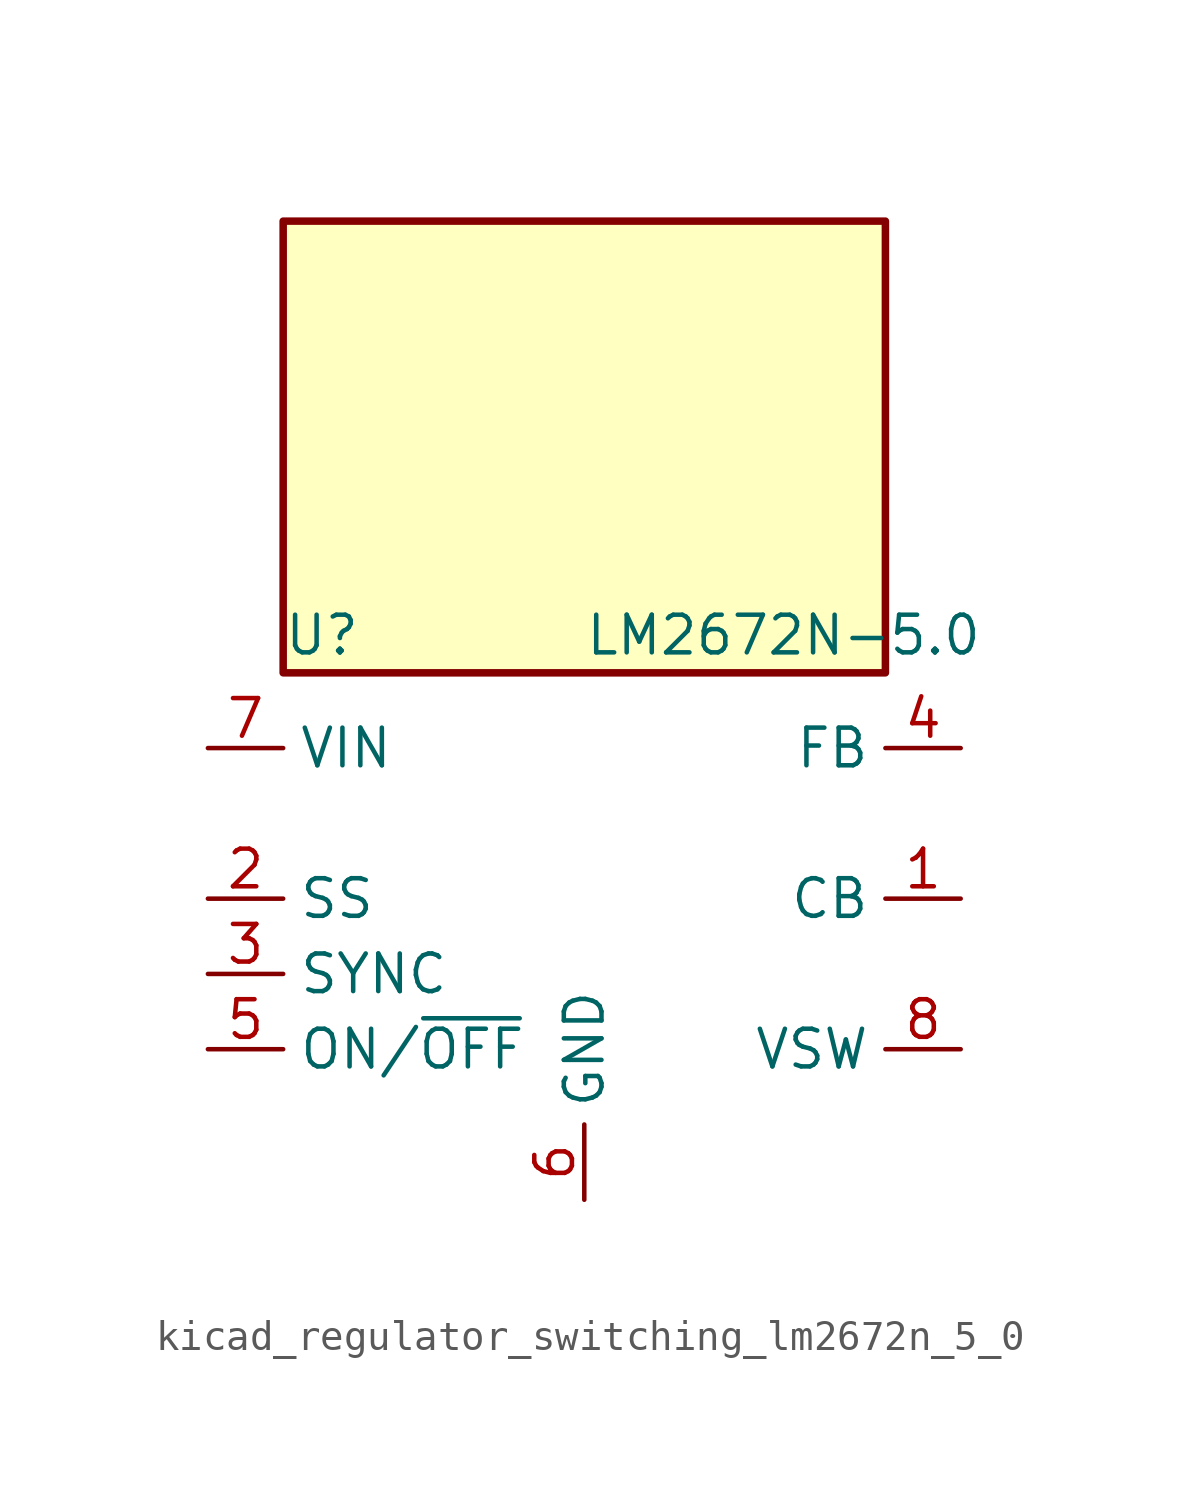
<source format=kicad_sym>
(kicad_symbol_lib
  (version 20220914)
  (generator kicad_symbol_editor)
  (symbol "kicad_regulator_switching_lm2672n_5_0"
    (property "Reference" "U"
      (at -10.16 8.89 0)
      (effects (font (size 1.27 1.27)) (justify left)))
    (property "Value" "LM2672N-5.0"
      (at 0 8.89 0)
      (effects (font (size 1.27 1.27)) (justify left)))
    (symbol "kicad_regulator_switching_lm2672n_5_0_0_1"
      (rectangle (start 10.16 22.86) (end -10.16 7.62) (stroke (width 0.254) (type default)) (fill (type background))))
    (symbol "kicad_regulator_switching_lm2672n_5_0_1_1"
      (pin input line (at 12.7 0 180) (length 2.54) (name "CB" (effects (font (size 1.27 1.27)))) (number "1" (effects (font (size 1.27 1.27)))))
      (pin input line (at -12.7 0 0) (length 2.54) (name "SS" (effects (font (size 1.27 1.27)))) (number "2" (effects (font (size 1.27 1.27)))))
      (pin input line (at -12.7 -2.54 0) (length 2.54) (name "SYNC" (effects (font (size 1.27 1.27)))) (number "3" (effects (font (size 1.27 1.27)))))
      (pin input line (at 12.7 5.08 180) (length 2.54) (name "FB" (effects (font (size 1.27 1.27)))) (number "4" (effects (font (size 1.27 1.27)))))
      (pin input line (at -12.7 -5.08 0) (length 2.54) (name "ON/~{OFF}" (effects (font (size 1.27 1.27)))) (number "5" (effects (font (size 1.27 1.27)))))
      (pin power_in line (at 0 -10.16 90) (length 2.54) (name "GND" (effects (font (size 1.27 1.27)))) (number "6" (effects (font (size 1.27 1.27)))))
      (pin power_in line (at -12.7 5.08 0) (length 2.54) (name "VIN" (effects (font (size 1.27 1.27)))) (number "7" (effects (font (size 1.27 1.27)))))
      (pin output line (at 12.7 -5.08 180) (length 2.54) (name "VSW" (effects (font (size 1.27 1.27)))) (number "8" (effects (font (size 1.27 1.27))))))))
</source>
